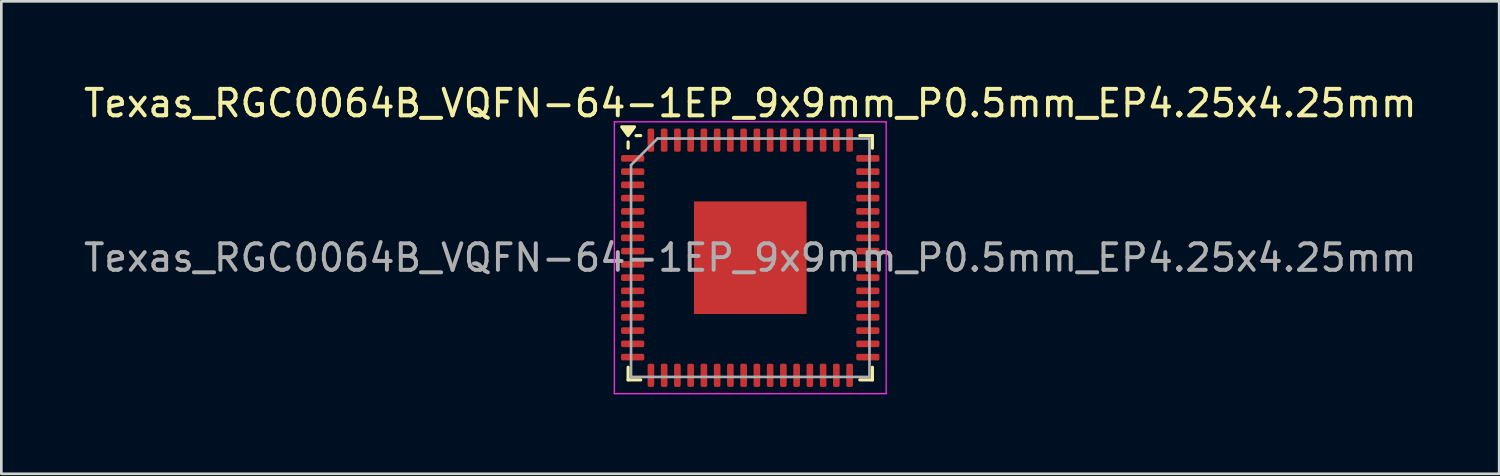
<source format=kicad_pcb>
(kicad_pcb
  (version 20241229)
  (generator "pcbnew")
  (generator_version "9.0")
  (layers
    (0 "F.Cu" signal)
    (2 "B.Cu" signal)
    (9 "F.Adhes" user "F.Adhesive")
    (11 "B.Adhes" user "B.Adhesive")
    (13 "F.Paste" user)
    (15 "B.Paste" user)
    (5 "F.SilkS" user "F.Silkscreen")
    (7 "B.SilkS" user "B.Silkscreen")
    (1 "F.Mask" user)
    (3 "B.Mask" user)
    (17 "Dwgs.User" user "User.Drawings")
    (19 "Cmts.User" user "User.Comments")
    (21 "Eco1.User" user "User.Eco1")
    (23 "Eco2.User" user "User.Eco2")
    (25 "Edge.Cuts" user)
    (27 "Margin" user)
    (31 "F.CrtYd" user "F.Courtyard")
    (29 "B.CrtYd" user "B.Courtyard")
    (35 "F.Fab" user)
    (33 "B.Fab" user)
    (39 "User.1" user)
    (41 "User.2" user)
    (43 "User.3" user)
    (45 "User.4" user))
  (footprint "Texas_RGC0064B_VQFN-64-1EP_9x9mm_P0.5mm_EP4.25x4.25mm"
    (layer "F.Cu")
    (at 25.268 6.678)
    (property "Reference" "Texas_RGC0064B_VQFN-64-1EP_9x9mm_P0.5mm_EP4.25x4.25mm" (at 0 -5.83 0) (layer "F.SilkS") (effects (font (size 1 1) (thickness 0.15))))
    (attr smd)
    (fp_line (start -4.61 -4.135) (end -4.61 -4.37) (stroke (width 0.12) (type solid)) (layer "F.SilkS"))
    (fp_line (start -4.61 4.61) (end -4.61 4.135) (stroke (width 0.12) (type solid)) (layer "F.SilkS"))
    (fp_line (start -4.135 -4.61) (end -4.31 -4.61) (stroke (width 0.12) (type solid)) (layer "F.SilkS"))
    (fp_line (start -4.135 4.61) (end -4.61 4.61) (stroke (width 0.12) (type solid)) (layer "F.SilkS"))
    (fp_line (start 4.135 -4.61) (end 4.61 -4.61) (stroke (width 0.12) (type solid)) (layer "F.SilkS"))
    (fp_line (start 4.135 4.61) (end 4.61 4.61) (stroke (width 0.12) (type solid)) (layer "F.SilkS"))
    (fp_line (start 4.61 -4.61) (end 4.61 -4.135) (stroke (width 0.12) (type solid)) (layer "F.SilkS"))
    (fp_line (start 4.61 4.61) (end 4.61 4.135) (stroke (width 0.12) (type solid)) (layer "F.SilkS"))
    (fp_poly (pts (xy -4.61 -4.61) (xy -4.85 -4.94) (xy -4.37 -4.94) (xy -4.61 -4.61)) (stroke (width 0.12) (type solid)) (fill yes) (layer "F.SilkS"))
    (fp_line (start -5.13 -5.13) (end -5.13 5.13) (stroke (width 0.05) (type solid)) (layer "F.CrtYd"))
    (fp_line (start -5.13 5.13) (end 5.13 5.13) (stroke (width 0.05) (type solid)) (layer "F.CrtYd"))
    (fp_line (start 5.13 -5.13) (end -5.13 -5.13) (stroke (width 0.05) (type solid)) (layer "F.CrtYd"))
    (fp_line (start 5.13 5.13) (end 5.13 -5.13) (stroke (width 0.05) (type solid)) (layer "F.CrtYd"))
    (fp_line (start -4.5 -3.5) (end -3.5 -4.5) (stroke (width 0.1) (type solid)) (layer "F.Fab"))
    (fp_line (start -4.5 4.5) (end -4.5 -3.5) (stroke (width 0.1) (type solid)) (layer "F.Fab"))
    (fp_line (start -3.5 -4.5) (end 4.5 -4.5) (stroke (width 0.1) (type solid)) (layer "F.Fab"))
    (fp_line (start 4.5 -4.5) (end 4.5 4.5) (stroke (width 0.1) (type solid)) (layer "F.Fab"))
    (fp_line (start 4.5 4.5) (end -4.5 4.5) (stroke (width 0.1) (type solid)) (layer "F.Fab"))
    (fp_text user "${REFERENCE}" (at 0 0 0) (layer "F.Fab") (effects (font (size 1 1) (thickness 0.15))))
    (pad "" smd roundrect (at -1.06 -1.06) (size 1.71 1.71) (layers "F.Paste") (roundrect_rratio 0.146))
    (pad "" smd roundrect (at -1.06 1.06) (size 1.71 1.71) (layers "F.Paste") (roundrect_rratio 0.146))
    (pad "" smd roundrect (at 1.06 -1.06) (size 1.71 1.71) (layers "F.Paste") (roundrect_rratio 0.146))
    (pad "" smd roundrect (at 1.06 1.06) (size 1.71 1.71) (layers "F.Paste") (roundrect_rratio 0.146))
    (pad "1" smd roundrect (at -4.438 -3.75) (size 0.875 0.25) (layers "F.Cu" "F.Mask" "F.Paste") (roundrect_rratio 0.25))
    (pad "2" smd roundrect (at -4.438 -3.25) (size 0.875 0.25) (layers "F.Cu" "F.Mask" "F.Paste") (roundrect_rratio 0.25))
    (pad "3" smd roundrect (at -4.438 -2.75) (size 0.875 0.25) (layers "F.Cu" "F.Mask" "F.Paste") (roundrect_rratio 0.25))
    (pad "4" smd roundrect (at -4.438 -2.25) (size 0.875 0.25) (layers "F.Cu" "F.Mask" "F.Paste") (roundrect_rratio 0.25))
    (pad "5" smd roundrect (at -4.438 -1.75) (size 0.875 0.25) (layers "F.Cu" "F.Mask" "F.Paste") (roundrect_rratio 0.25))
    (pad "6" smd roundrect (at -4.438 -1.25) (size 0.875 0.25) (layers "F.Cu" "F.Mask" "F.Paste") (roundrect_rratio 0.25))
    (pad "7" smd roundrect (at -4.438 -0.75) (size 0.875 0.25) (layers "F.Cu" "F.Mask" "F.Paste") (roundrect_rratio 0.25))
    (pad "8" smd roundrect (at -4.438 -0.25) (size 0.875 0.25) (layers "F.Cu" "F.Mask" "F.Paste") (roundrect_rratio 0.25))
    (pad "9" smd roundrect (at -4.438 0.25) (size 0.875 0.25) (layers "F.Cu" "F.Mask" "F.Paste") (roundrect_rratio 0.25))
    (pad "10" smd roundrect (at -4.438 0.75) (size 0.875 0.25) (layers "F.Cu" "F.Mask" "F.Paste") (roundrect_rratio 0.25))
    (pad "11" smd roundrect (at -4.438 1.25) (size 0.875 0.25) (layers "F.Cu" "F.Mask" "F.Paste") (roundrect_rratio 0.25))
    (pad "12" smd roundrect (at -4.438 1.75) (size 0.875 0.25) (layers "F.Cu" "F.Mask" "F.Paste") (roundrect_rratio 0.25))
    (pad "13" smd roundrect (at -4.438 2.25) (size 0.875 0.25) (layers "F.Cu" "F.Mask" "F.Paste") (roundrect_rratio 0.25))
    (pad "14" smd roundrect (at -4.438 2.75) (size 0.875 0.25) (layers "F.Cu" "F.Mask" "F.Paste") (roundrect_rratio 0.25))
    (pad "15" smd roundrect (at -4.438 3.25) (size 0.875 0.25) (layers "F.Cu" "F.Mask" "F.Paste") (roundrect_rratio 0.25))
    (pad "16" smd roundrect (at -4.438 3.75) (size 0.875 0.25) (layers "F.Cu" "F.Mask" "F.Paste") (roundrect_rratio 0.25))
    (pad "17" smd roundrect (at -3.75 4.438) (size 0.25 0.875) (layers "F.Cu" "F.Mask" "F.Paste") (roundrect_rratio 0.25))
    (pad "18" smd roundrect (at -3.25 4.438) (size 0.25 0.875) (layers "F.Cu" "F.Mask" "F.Paste") (roundrect_rratio 0.25))
    (pad "19" smd roundrect (at -2.75 4.438) (size 0.25 0.875) (layers "F.Cu" "F.Mask" "F.Paste") (roundrect_rratio 0.25))
    (pad "20" smd roundrect (at -2.25 4.438) (size 0.25 0.875) (layers "F.Cu" "F.Mask" "F.Paste") (roundrect_rratio 0.25))
    (pad "21" smd roundrect (at -1.75 4.438) (size 0.25 0.875) (layers "F.Cu" "F.Mask" "F.Paste") (roundrect_rratio 0.25))
    (pad "22" smd roundrect (at -1.25 4.438) (size 0.25 0.875) (layers "F.Cu" "F.Mask" "F.Paste") (roundrect_rratio 0.25))
    (pad "23" smd roundrect (at -0.75 4.438) (size 0.25 0.875) (layers "F.Cu" "F.Mask" "F.Paste") (roundrect_rratio 0.25))
    (pad "24" smd roundrect (at -0.25 4.438) (size 0.25 0.875) (layers "F.Cu" "F.Mask" "F.Paste") (roundrect_rratio 0.25))
    (pad "25" smd roundrect (at 0.25 4.438) (size 0.25 0.875) (layers "F.Cu" "F.Mask" "F.Paste") (roundrect_rratio 0.25))
    (pad "26" smd roundrect (at 0.75 4.438) (size 0.25 0.875) (layers "F.Cu" "F.Mask" "F.Paste") (roundrect_rratio 0.25))
    (pad "27" smd roundrect (at 1.25 4.438) (size 0.25 0.875) (layers "F.Cu" "F.Mask" "F.Paste") (roundrect_rratio 0.25))
    (pad "28" smd roundrect (at 1.75 4.438) (size 0.25 0.875) (layers "F.Cu" "F.Mask" "F.Paste") (roundrect_rratio 0.25))
    (pad "29" smd roundrect (at 2.25 4.438) (size 0.25 0.875) (layers "F.Cu" "F.Mask" "F.Paste") (roundrect_rratio 0.25))
    (pad "30" smd roundrect (at 2.75 4.438) (size 0.25 0.875) (layers "F.Cu" "F.Mask" "F.Paste") (roundrect_rratio 0.25))
    (pad "31" smd roundrect (at 3.25 4.438) (size 0.25 0.875) (layers "F.Cu" "F.Mask" "F.Paste") (roundrect_rratio 0.25))
    (pad "32" smd roundrect (at 3.75 4.438) (size 0.25 0.875) (layers "F.Cu" "F.Mask" "F.Paste") (roundrect_rratio 0.25))
    (pad "33" smd roundrect (at 4.438 3.75) (size 0.875 0.25) (layers "F.Cu" "F.Mask" "F.Paste") (roundrect_rratio 0.25))
    (pad "34" smd roundrect (at 4.438 3.25) (size 0.875 0.25) (layers "F.Cu" "F.Mask" "F.Paste") (roundrect_rratio 0.25))
    (pad "35" smd roundrect (at 4.438 2.75) (size 0.875 0.25) (layers "F.Cu" "F.Mask" "F.Paste") (roundrect_rratio 0.25))
    (pad "36" smd roundrect (at 4.438 2.25) (size 0.875 0.25) (layers "F.Cu" "F.Mask" "F.Paste") (roundrect_rratio 0.25))
    (pad "37" smd roundrect (at 4.438 1.75) (size 0.875 0.25) (layers "F.Cu" "F.Mask" "F.Paste") (roundrect_rratio 0.25))
    (pad "38" smd roundrect (at 4.438 1.25) (size 0.875 0.25) (layers "F.Cu" "F.Mask" "F.Paste") (roundrect_rratio 0.25))
    (pad "39" smd roundrect (at 4.438 0.75) (size 0.875 0.25) (layers "F.Cu" "F.Mask" "F.Paste") (roundrect_rratio 0.25))
    (pad "40" smd roundrect (at 4.438 0.25) (size 0.875 0.25) (layers "F.Cu" "F.Mask" "F.Paste") (roundrect_rratio 0.25))
    (pad "41" smd roundrect (at 4.438 -0.25) (size 0.875 0.25) (layers "F.Cu" "F.Mask" "F.Paste") (roundrect_rratio 0.25))
    (pad "42" smd roundrect (at 4.438 -0.75) (size 0.875 0.25) (layers "F.Cu" "F.Mask" "F.Paste") (roundrect_rratio 0.25))
    (pad "43" smd roundrect (at 4.438 -1.25) (size 0.875 0.25) (layers "F.Cu" "F.Mask" "F.Paste") (roundrect_rratio 0.25))
    (pad "44" smd roundrect (at 4.438 -1.75) (size 0.875 0.25) (layers "F.Cu" "F.Mask" "F.Paste") (roundrect_rratio 0.25))
    (pad "45" smd roundrect (at 4.438 -2.25) (size 0.875 0.25) (layers "F.Cu" "F.Mask" "F.Paste") (roundrect_rratio 0.25))
    (pad "46" smd roundrect (at 4.438 -2.75) (size 0.875 0.25) (layers "F.Cu" "F.Mask" "F.Paste") (roundrect_rratio 0.25))
    (pad "47" smd roundrect (at 4.438 -3.25) (size 0.875 0.25) (layers "F.Cu" "F.Mask" "F.Paste") (roundrect_rratio 0.25))
    (pad "48" smd roundrect (at 4.438 -3.75) (size 0.875 0.25) (layers "F.Cu" "F.Mask" "F.Paste") (roundrect_rratio 0.25))
    (pad "49" smd roundrect (at 3.75 -4.438) (size 0.25 0.875) (layers "F.Cu" "F.Mask" "F.Paste") (roundrect_rratio 0.25))
    (pad "50" smd roundrect (at 3.25 -4.438) (size 0.25 0.875) (layers "F.Cu" "F.Mask" "F.Paste") (roundrect_rratio 0.25))
    (pad "51" smd roundrect (at 2.75 -4.438) (size 0.25 0.875) (layers "F.Cu" "F.Mask" "F.Paste") (roundrect_rratio 0.25))
    (pad "52" smd roundrect (at 2.25 -4.438) (size 0.25 0.875) (layers "F.Cu" "F.Mask" "F.Paste") (roundrect_rratio 0.25))
    (pad "53" smd roundrect (at 1.75 -4.438) (size 0.25 0.875) (layers "F.Cu" "F.Mask" "F.Paste") (roundrect_rratio 0.25))
    (pad "54" smd roundrect (at 1.25 -4.438) (size 0.25 0.875) (layers "F.Cu" "F.Mask" "F.Paste") (roundrect_rratio 0.25))
    (pad "55" smd roundrect (at 0.75 -4.438) (size 0.25 0.875) (layers "F.Cu" "F.Mask" "F.Paste") (roundrect_rratio 0.25))
    (pad "56" smd roundrect (at 0.25 -4.438) (size 0.25 0.875) (layers "F.Cu" "F.Mask" "F.Paste") (roundrect_rratio 0.25))
    (pad "57" smd roundrect (at -0.25 -4.438) (size 0.25 0.875) (layers "F.Cu" "F.Mask" "F.Paste") (roundrect_rratio 0.25))
    (pad "58" smd roundrect (at -0.75 -4.438) (size 0.25 0.875) (layers "F.Cu" "F.Mask" "F.Paste") (roundrect_rratio 0.25))
    (pad "59" smd roundrect (at -1.25 -4.438) (size 0.25 0.875) (layers "F.Cu" "F.Mask" "F.Paste") (roundrect_rratio 0.25))
    (pad "60" smd roundrect (at -1.75 -4.438) (size 0.25 0.875) (layers "F.Cu" "F.Mask" "F.Paste") (roundrect_rratio 0.25))
    (pad "61" smd roundrect (at -2.25 -4.438) (size 0.25 0.875) (layers "F.Cu" "F.Mask" "F.Paste") (roundrect_rratio 0.25))
    (pad "62" smd roundrect (at -2.75 -4.438) (size 0.25 0.875) (layers "F.Cu" "F.Mask" "F.Paste") (roundrect_rratio 0.25))
    (pad "63" smd roundrect (at -3.25 -4.438) (size 0.25 0.875) (layers "F.Cu" "F.Mask" "F.Paste") (roundrect_rratio 0.25))
    (pad "64" smd roundrect (at -3.75 -4.438) (size 0.25 0.875) (layers "F.Cu" "F.Mask" "F.Paste") (roundrect_rratio 0.25))
    (pad "65" smd rect (at 0 0) (size 4.25 4.25) (property pad_prop_heatsink) (layers "F.Cu" "F.Mask")))
  (gr_rect
    (start -3 -3)
    (end 53.536 14.833)
    (stroke (width 0.1) (type default))
    (fill no)
    (layer "Edge.Cuts")))
</source>
